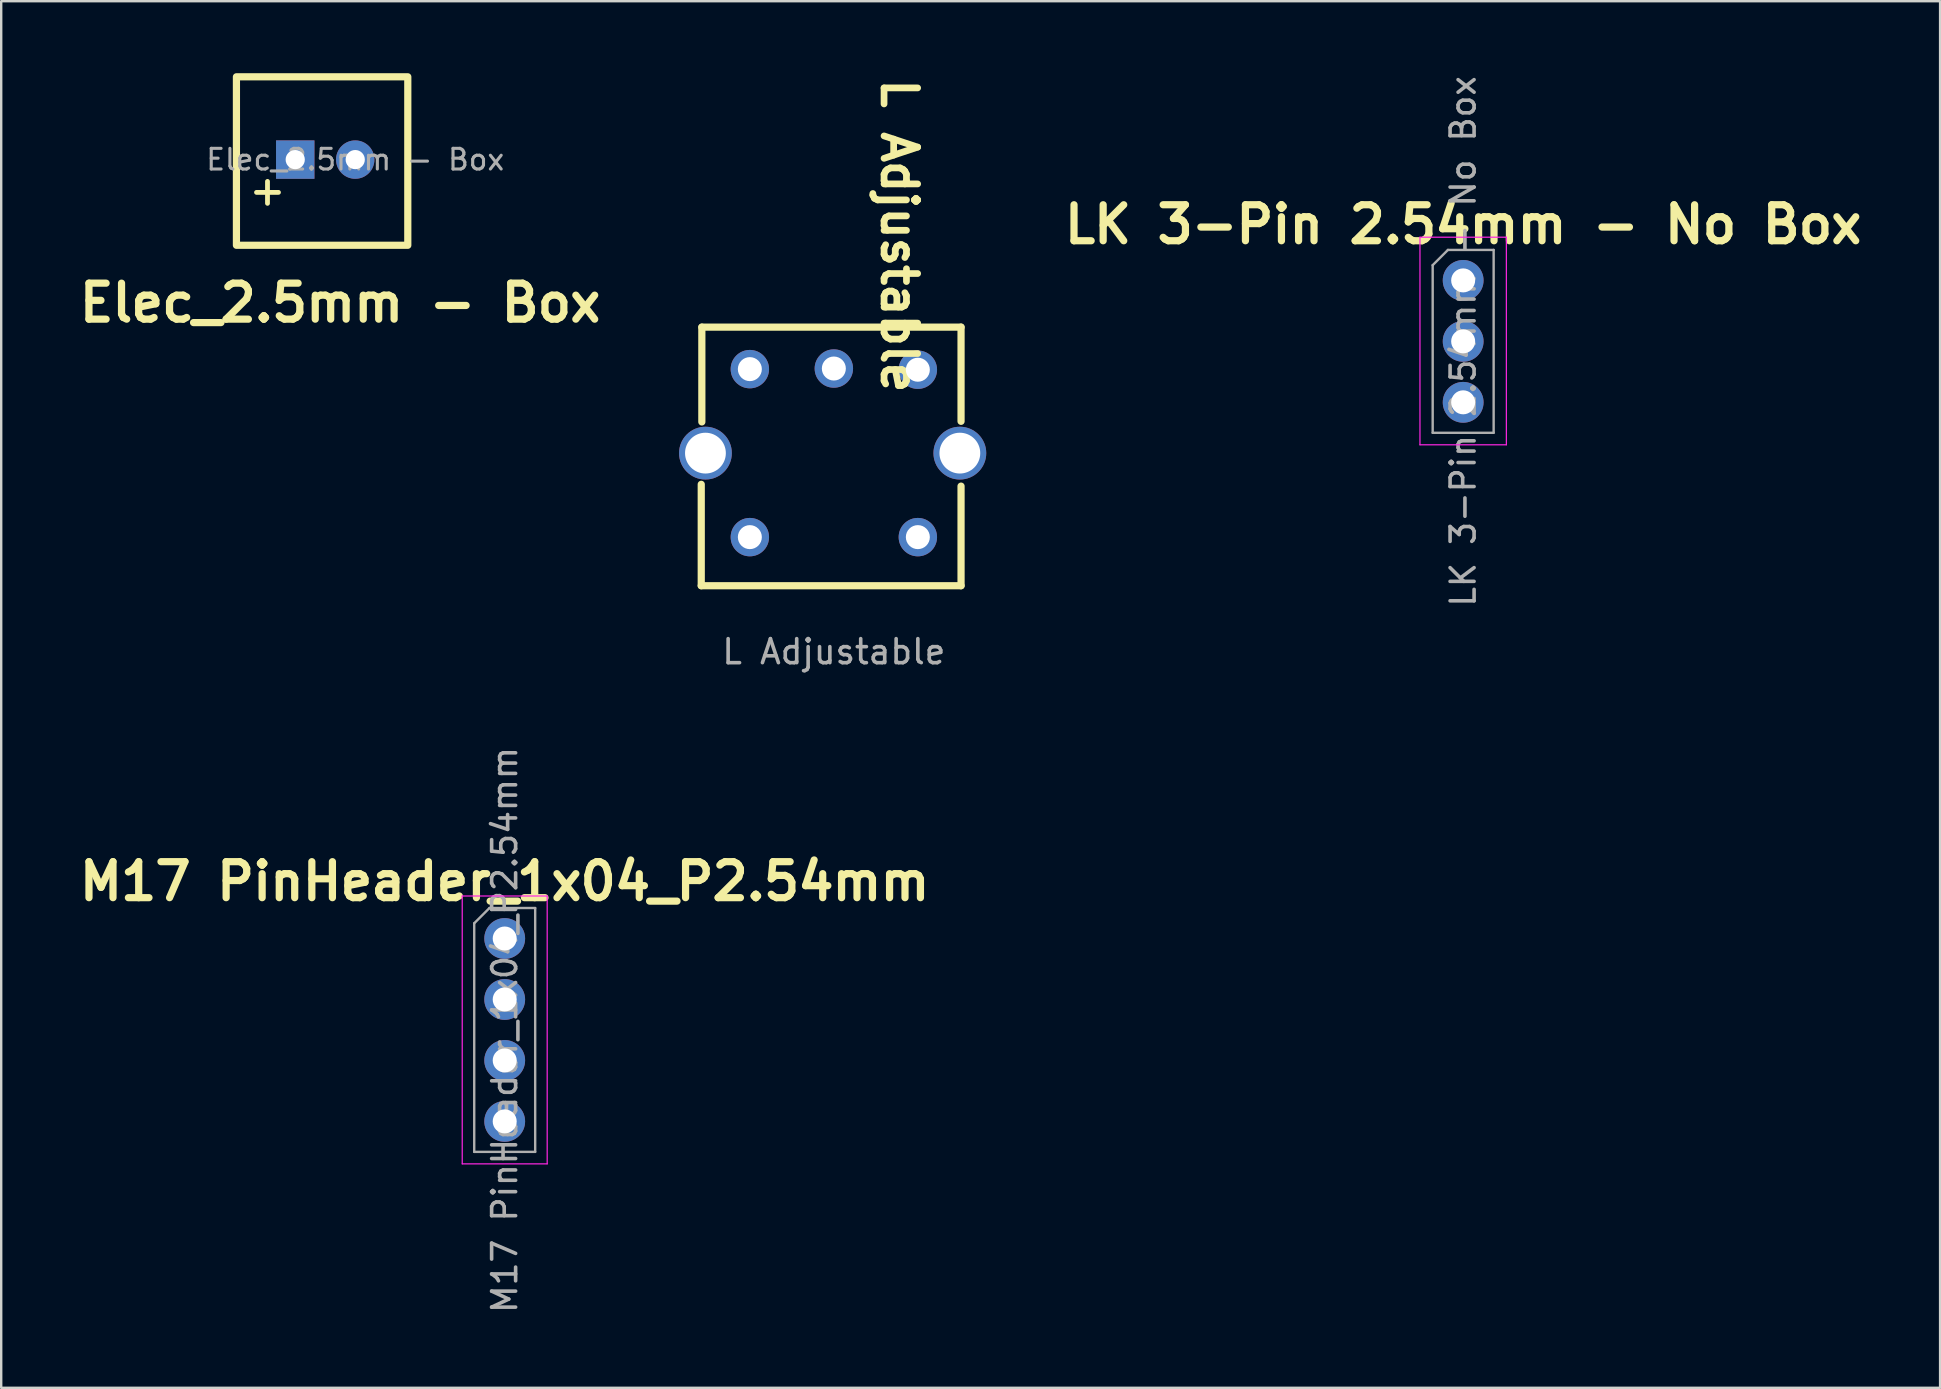
<source format=kicad_pcb>
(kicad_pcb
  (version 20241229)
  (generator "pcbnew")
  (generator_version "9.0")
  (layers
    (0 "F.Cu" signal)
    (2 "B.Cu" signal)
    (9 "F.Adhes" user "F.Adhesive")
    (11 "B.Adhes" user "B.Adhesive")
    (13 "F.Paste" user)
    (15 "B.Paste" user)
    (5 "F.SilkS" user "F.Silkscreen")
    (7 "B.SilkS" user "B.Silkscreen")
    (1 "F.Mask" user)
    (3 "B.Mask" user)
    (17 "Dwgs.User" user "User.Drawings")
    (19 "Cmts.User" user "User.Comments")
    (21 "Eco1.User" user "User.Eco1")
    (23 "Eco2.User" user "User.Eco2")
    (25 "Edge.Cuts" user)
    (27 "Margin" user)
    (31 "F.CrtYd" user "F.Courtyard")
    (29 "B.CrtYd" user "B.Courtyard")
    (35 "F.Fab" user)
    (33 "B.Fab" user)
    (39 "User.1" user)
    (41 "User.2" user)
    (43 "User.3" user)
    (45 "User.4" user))
  (footprint "M17 PinHeader_1x04_P2.54mm"
    (layer "F.Cu")
    (at 17.979 36.054)
    (property "Reference" "M17 PinHeader_1x04_P2.54mm" (at 0 -2.38 0) (layer "F.SilkS") (effects (font (size 1.5 1.5) (thickness 0.3) (bold yes))))
    (attr through_hole)
    (fp_line (start -1.77 -1.77) (end -1.77 9.39) (stroke (width 0.05) (type solid)) (layer "F.CrtYd"))
    (fp_line (start -1.77 9.39) (end 1.77 9.39) (stroke (width 0.05) (type solid)) (layer "F.CrtYd"))
    (fp_line (start 1.77 -1.77) (end -1.77 -1.77) (stroke (width 0.05) (type solid)) (layer "F.CrtYd"))
    (fp_line (start 1.77 9.39) (end 1.77 -1.77) (stroke (width 0.05) (type solid)) (layer "F.CrtYd"))
    (fp_line (start -1.27 -0.635) (end -0.635 -1.27) (stroke (width 0.1) (type solid)) (layer "F.Fab"))
    (fp_line (start -1.27 8.89) (end -1.27 -0.635) (stroke (width 0.1) (type solid)) (layer "F.Fab"))
    (fp_line (start -0.635 -1.27) (end 1.27 -1.27) (stroke (width 0.1) (type solid)) (layer "F.Fab"))
    (fp_line (start 1.27 -1.27) (end 1.27 8.89) (stroke (width 0.1) (type solid)) (layer "F.Fab"))
    (fp_line (start 1.27 8.89) (end -1.27 8.89) (stroke (width 0.1) (type solid)) (layer "F.Fab"))
    (fp_text user "${REFERENCE}" (at 0 3.81 90) (layer "F.Fab") (effects (font (size 1 1) (thickness 0.15))))
    (pad "1" thru_hole circle (at 0 0) (size 1.7 1.7) (drill 1) (layers "*.Cu" "*.Mask"))
    (pad "2" thru_hole circle (at 0 2.54) (size 1.7 1.7) (drill 1) (layers "*.Cu" "*.Mask"))
    (pad "3" thru_hole circle (at 0 5.08) (size 1.7 1.7) (drill 1) (layers "*.Cu" "*.Mask"))
    (pad "4" thru_hole circle (at 0 7.62) (size 1.7 1.7) (drill 1) (layers "*.Cu" "*.Mask")))
  (footprint "L Adjustable"
    (layer "F.Cu")
    (at 28.193 12.33)
    (property "Reference" "L Adjustable" (at 6.225 -5.55 270) (unlocked yes) (layer "F.SilkS") (effects (font (size 1.4 1.4) (thickness 0.28))))
    (attr through_hole)
    (fp_line (start -2.025 9.025) (end -2.025 4.8) (stroke (width 0.3) (type default)) (layer "F.SilkS"))
    (fp_line (start -2 -1.75) (end 8.8 -1.75) (stroke (width 0.3) (type default)) (layer "F.SilkS"))
    (fp_line (start -2 2.2) (end -2 -1.75) (stroke (width 0.3) (type default)) (layer "F.SilkS"))
    (fp_line (start 8.8 -1.75) (end 8.8 2.175) (stroke (width 0.3) (type default)) (layer "F.SilkS"))
    (fp_line (start 8.8 4.875) (end 8.8 9.025) (stroke (width 0.3) (type default)) (layer "F.SilkS"))
    (fp_line (start 8.8 9.025) (end -2.025 9.025) (stroke (width 0.3) (type default)) (layer "F.SilkS"))
    (fp_text user "${REFERENCE}" (at 3.5 11.775 0) (unlocked yes) (layer "F.Fab") (effects (font (size 1 1) (thickness 0.15))))
    (pad "1" thru_hole circle (at 0 7) (size 1.6 1.6) (drill 1) (layers "*.Cu" "*.Mask"))
    (pad "1" thru_hole circle (at 3.5 -0.025) (size 1.6 1.6) (drill 1) (layers "*.Cu" "*.Mask"))
    (pad "1" thru_hole circle (at 7 0.025) (size 1.6 1.6) (drill 1) (layers "*.Cu" "*.Mask"))
    (pad "1" thru_hole circle (at 7 7) (size 1.6 1.6) (drill 1) (layers "*.Cu" "*.Mask"))
    (pad "2" thru_hole circle (at 0 0) (size 1.6 1.6) (drill 1) (layers "*.Cu" "*.Mask"))
    (pad "S" thru_hole circle (at -1.85 3.5) (size 2.2 2.2) (drill 1.7) (layers "*.Cu" "*.Mask"))
    (pad "S" thru_hole circle (at 8.75 3.5) (size 2.2 2.2) (drill 1.7) (layers "*.Cu" "*.Mask")))
  (footprint "LK 3-Pin 2.54mm - No Box"
    (layer "F.Cu")
    (at 57.914 8.633)
    (property "Reference" "LK 3-Pin 2.54mm - No Box" (at 0 -2.33 0) (layer "F.SilkS") (effects (font (size 1.5 1.5) (thickness 0.3) (bold yes))))
    (attr through_hole)
    (fp_line (start -1.8 -1.8) (end -1.8 6.85) (stroke (width 0.05) (type solid)) (layer "F.CrtYd"))
    (fp_line (start -1.8 6.85) (end 1.8 6.85) (stroke (width 0.05) (type solid)) (layer "F.CrtYd"))
    (fp_line (start 1.8 -1.8) (end -1.8 -1.8) (stroke (width 0.05) (type solid)) (layer "F.CrtYd"))
    (fp_line (start 1.8 6.85) (end 1.8 -1.8) (stroke (width 0.05) (type solid)) (layer "F.CrtYd"))
    (fp_line (start -1.27 -0.635) (end -0.635 -1.27) (stroke (width 0.1) (type solid)) (layer "F.Fab"))
    (fp_line (start -1.27 6.35) (end -1.27 -0.635) (stroke (width 0.1) (type solid)) (layer "F.Fab"))
    (fp_line (start -0.635 -1.27) (end 1.27 -1.27) (stroke (width 0.1) (type solid)) (layer "F.Fab"))
    (fp_line (start 1.27 -1.27) (end 1.27 6.35) (stroke (width 0.1) (type solid)) (layer "F.Fab"))
    (fp_line (start 1.27 6.35) (end -1.27 6.35) (stroke (width 0.1) (type solid)) (layer "F.Fab"))
    (fp_text user "${REFERENCE}" (at 0 2.54 90) (layer "F.Fab") (effects (font (size 1 1) (thickness 0.15))))
    (pad "1" thru_hole circle (at 0 0) (size 1.7 1.7) (drill 1) (layers "*.Cu" "*.Mask"))
    (pad "2" thru_hole oval (at 0 2.54) (size 1.7 1.7) (drill 1) (layers "*.Cu" "*.Mask"))
    (pad "3" thru_hole oval (at 0 5.08) (size 1.7 1.7) (drill 1) (layers "*.Cu" "*.Mask")))
  (footprint "Elec_2.5mm - Box"
    (layer "F.Cu")
    (at 9.251 3.6)
    (property "Reference" "Elec_2.5mm - Box" (at 1.87 5.97 0) (layer "F.SilkS") (effects (font (size 1.5 1.5) (thickness 0.3) (bold yes))))
    (attr through_hole)
    (fp_rect (start -2.45 -3.45) (end 4.69 3.57) (stroke (width 0.3) (type default)) (fill no) (layer "F.SilkS"))
    (fp_text user "+" (at -2.03 1.98 0) (unlocked yes) (layer "F.SilkS") (effects (font (size 1.2 1.2) (thickness 0.2) (bold yes)) (justify left bottom)))
    (fp_text user "${REFERENCE}" (at 2.5 0 0) (layer "F.Fab") (effects (font (size 0.86 0.86) (thickness 0.129))))
    (pad "1" thru_hole rect (at 0 0) (size 1.6 1.6) (drill 0.8) (layers "*.Cu" "*.Mask"))
    (pad "2" thru_hole circle (at 2.5 0) (size 1.6 1.6) (drill 0.8) (layers "*.Cu" "*.Mask")))
  (gr_rect
    (start -3 -3)
    (end 77.786 54.775)
    (stroke (width 0.1) (type default))
    (fill no)
    (layer "Edge.Cuts")))
</source>
